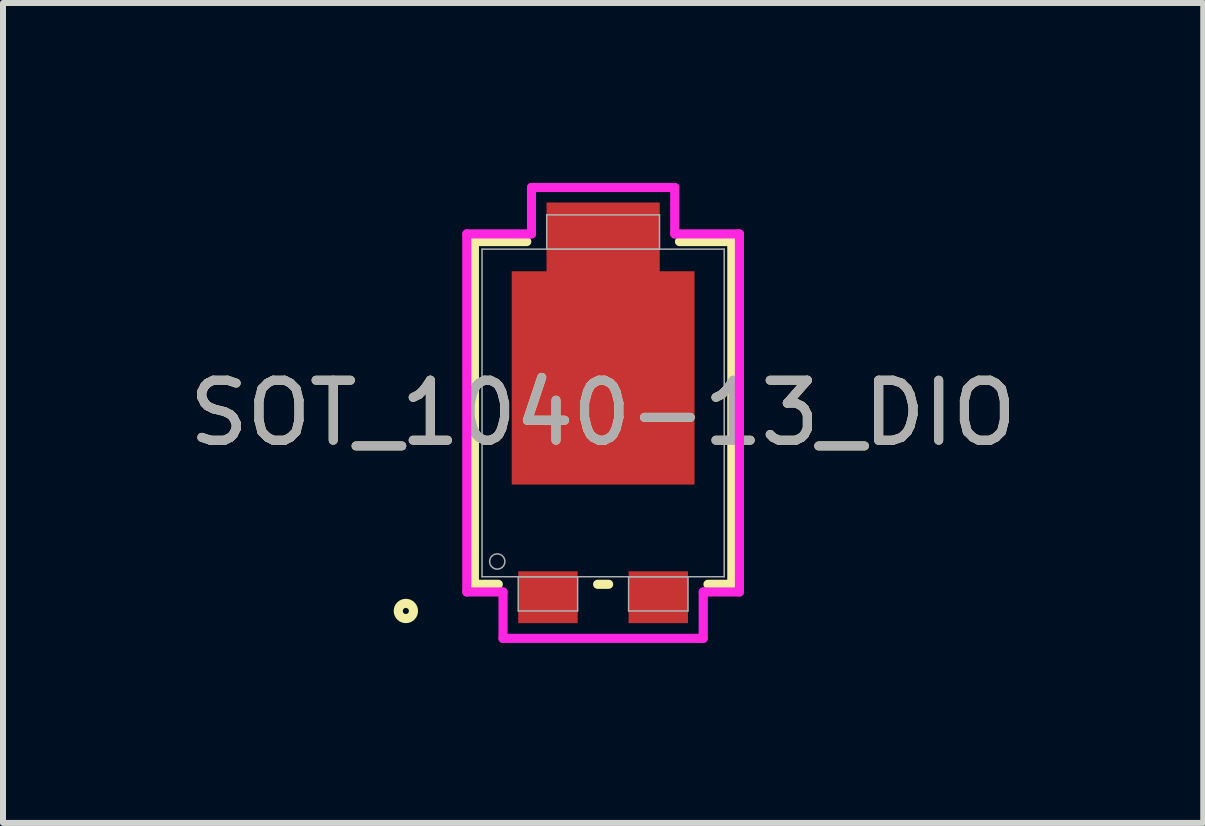
<source format=kicad_pcb>
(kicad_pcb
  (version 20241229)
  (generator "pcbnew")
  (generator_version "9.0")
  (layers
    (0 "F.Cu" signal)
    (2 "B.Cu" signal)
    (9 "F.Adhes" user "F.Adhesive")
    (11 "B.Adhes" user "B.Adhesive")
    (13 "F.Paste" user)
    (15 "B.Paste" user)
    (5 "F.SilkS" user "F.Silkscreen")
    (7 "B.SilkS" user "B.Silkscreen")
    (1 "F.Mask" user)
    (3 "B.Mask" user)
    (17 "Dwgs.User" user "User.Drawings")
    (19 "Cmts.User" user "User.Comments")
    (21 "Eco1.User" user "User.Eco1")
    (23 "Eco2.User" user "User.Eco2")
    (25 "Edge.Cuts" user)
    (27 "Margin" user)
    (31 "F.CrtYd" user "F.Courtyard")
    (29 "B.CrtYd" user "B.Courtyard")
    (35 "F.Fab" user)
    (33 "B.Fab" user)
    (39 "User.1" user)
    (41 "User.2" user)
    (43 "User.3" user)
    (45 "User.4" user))
  (footprint "SOT_1040-13_DIO"
    (layer "F.Cu")
    (at 7.006 3.835)
    (property "Reference" "SOT_1040-13_DIO" (at 0 0 0) (unlocked yes) (layer "F.SilkS") (effects (font (size 1 1) (thickness 0.15))))
    (attr smd)
    (fp_poly (pts (xy -0.94 -3.505) (xy 0.94 -3.505) (xy 0.94 -2.362) (xy 1.524 -2.362) (xy 1.524 1.194) (xy -1.524 1.194) (xy -1.524 -2.362) (xy -0.94 -2.362)) (stroke (width 0) (type solid)) (fill yes) (layer "F.Cu"))
    (fp_poly (pts (xy -0.94 -3.505) (xy 0.94 -3.505) (xy 0.94 -2.362) (xy 1.524 -2.362) (xy 1.524 1.194) (xy -1.524 1.194) (xy -1.524 -2.362) (xy -0.94 -2.362)) (stroke (width 0) (type solid)) (fill yes) (layer "F.Mask"))
    (fp_line (start -2.146 -2.857) (end -2.146 2.857) (stroke (width 0.152) (type solid)) (layer "F.SilkS"))
    (fp_line (start -2.146 2.857) (end -1.748 2.857) (stroke (width 0.152) (type solid)) (layer "F.SilkS"))
    (fp_line (start -1.273 -2.857) (end -2.146 -2.857) (stroke (width 0.152) (type solid)) (layer "F.SilkS"))
    (fp_line (start -0.092 2.857) (end 0.092 2.857) (stroke (width 0.152) (type solid)) (layer "F.SilkS"))
    (fp_line (start 1.748 2.857) (end 2.146 2.857) (stroke (width 0.152) (type solid)) (layer "F.SilkS"))
    (fp_line (start 2.146 -2.857) (end 1.273 -2.857) (stroke (width 0.152) (type solid)) (layer "F.SilkS"))
    (fp_line (start 2.146 2.857) (end 2.146 -2.857) (stroke (width 0.152) (type solid)) (layer "F.SilkS"))
    (fp_circle (center -3.289 3.302) (end -3.162 3.302) (stroke (width 0.152) (type solid)) (fill no) (layer "F.SilkS"))
    (fp_poly (pts (xy -0.94 -3.505) (xy 0.94 -3.505) (xy 0.94 -2.362) (xy 1.524 -2.362) (xy 1.524 1.194) (xy -1.524 1.194) (xy -1.524 -2.362) (xy -0.94 -2.362)) (stroke (width 0) (type solid)) (fill yes) (layer "F.Paste"))
    (fp_line (start -2.273 -2.985) (end -1.194 -2.985) (stroke (width 0.152) (type solid)) (layer "F.CrtYd"))
    (fp_line (start -2.273 2.985) (end -2.273 -2.985) (stroke (width 0.152) (type solid)) (layer "F.CrtYd"))
    (fp_line (start -2.273 2.985) (end -1.669 2.985) (stroke (width 0.152) (type solid)) (layer "F.CrtYd"))
    (fp_line (start -1.669 2.985) (end -1.669 3.759) (stroke (width 0.152) (type solid)) (layer "F.CrtYd"))
    (fp_line (start -1.669 3.759) (end 1.669 3.759) (stroke (width 0.152) (type solid)) (layer "F.CrtYd"))
    (fp_line (start -1.194 -3.759) (end 1.194 -3.759) (stroke (width 0.152) (type solid)) (layer "F.CrtYd"))
    (fp_line (start -1.194 -2.985) (end -1.194 -3.759) (stroke (width 0.152) (type solid)) (layer "F.CrtYd"))
    (fp_line (start 1.194 -2.985) (end 1.194 -3.759) (stroke (width 0.152) (type solid)) (layer "F.CrtYd"))
    (fp_line (start 1.669 2.985) (end 1.669 3.759) (stroke (width 0.152) (type solid)) (layer "F.CrtYd"))
    (fp_line (start 2.273 -2.985) (end 1.194 -2.985) (stroke (width 0.152) (type solid)) (layer "F.CrtYd"))
    (fp_line (start 2.273 -2.985) (end 2.273 2.985) (stroke (width 0.152) (type solid)) (layer "F.CrtYd"))
    (fp_line (start 2.273 2.985) (end 1.669 2.985) (stroke (width 0.152) (type solid)) (layer "F.CrtYd"))
    (fp_line (start -2.019 -2.731) (end -2.019 2.731) (stroke (width 0.025) (type solid)) (layer "F.Fab"))
    (fp_line (start -2.019 2.731) (end 2.019 2.731) (stroke (width 0.025) (type solid)) (layer "F.Fab"))
    (fp_line (start -1.415 2.731) (end -1.415 3.302) (stroke (width 0.025) (type solid)) (layer "F.Fab"))
    (fp_line (start -1.415 3.302) (end -0.425 3.302) (stroke (width 0.025) (type solid)) (layer "F.Fab"))
    (fp_line (start -0.94 -3.302) (end -0.94 -2.731) (stroke (width 0.025) (type solid)) (layer "F.Fab"))
    (fp_line (start -0.94 -2.731) (end 0.94 -2.731) (stroke (width 0.025) (type solid)) (layer "F.Fab"))
    (fp_line (start -0.425 2.731) (end -1.415 2.731) (stroke (width 0.025) (type solid)) (layer "F.Fab"))
    (fp_line (start -0.425 3.302) (end -0.425 2.731) (stroke (width 0.025) (type solid)) (layer "F.Fab"))
    (fp_line (start 0.425 2.731) (end 0.425 3.302) (stroke (width 0.025) (type solid)) (layer "F.Fab"))
    (fp_line (start 0.425 3.302) (end 1.415 3.302) (stroke (width 0.025) (type solid)) (layer "F.Fab"))
    (fp_line (start 0.94 -3.302) (end -0.94 -3.302) (stroke (width 0.025) (type solid)) (layer "F.Fab"))
    (fp_line (start 0.94 -2.731) (end 0.94 -3.302) (stroke (width 0.025) (type solid)) (layer "F.Fab"))
    (fp_line (start 1.415 2.731) (end 0.425 2.731) (stroke (width 0.025) (type solid)) (layer "F.Fab"))
    (fp_line (start 1.415 3.302) (end 1.415 2.731) (stroke (width 0.025) (type solid)) (layer "F.Fab"))
    (fp_line (start 2.019 -2.731) (end -2.019 -2.731) (stroke (width 0.025) (type solid)) (layer "F.Fab"))
    (fp_line (start 2.019 2.731) (end 2.019 -2.731) (stroke (width 0.025) (type solid)) (layer "F.Fab"))
    (fp_circle (center -1.765 2.477) (end -1.638 2.477) (stroke (width 0.025) (type solid)) (fill no) (layer "F.Fab"))
    (fp_text user "${REFERENCE}" (at 0 0 0) (unlocked yes) (layer "F.Fab") (effects (font (size 1 1) (thickness 0.15))))
    (pad "1" smd rect (at -0.92 3.073) (size 0.991 0.864) (layers "F.Cu" "F.Mask" "F.Paste"))
    (pad "2" smd rect (at 0.92 3.073) (size 0.991 0.864) (layers "F.Cu" "F.Mask" "F.Paste"))
    (pad "3" smd rect (at 0 -2.934) (size 1.88 1.143) (layers "F.Cu" "F.Mask" "F.Paste")))
  (gr_rect
    (start -3 -3)
    (end 17.012 10.671)
    (stroke (width 0.1) (type default))
    (fill no)
    (layer "Edge.Cuts")))
</source>
